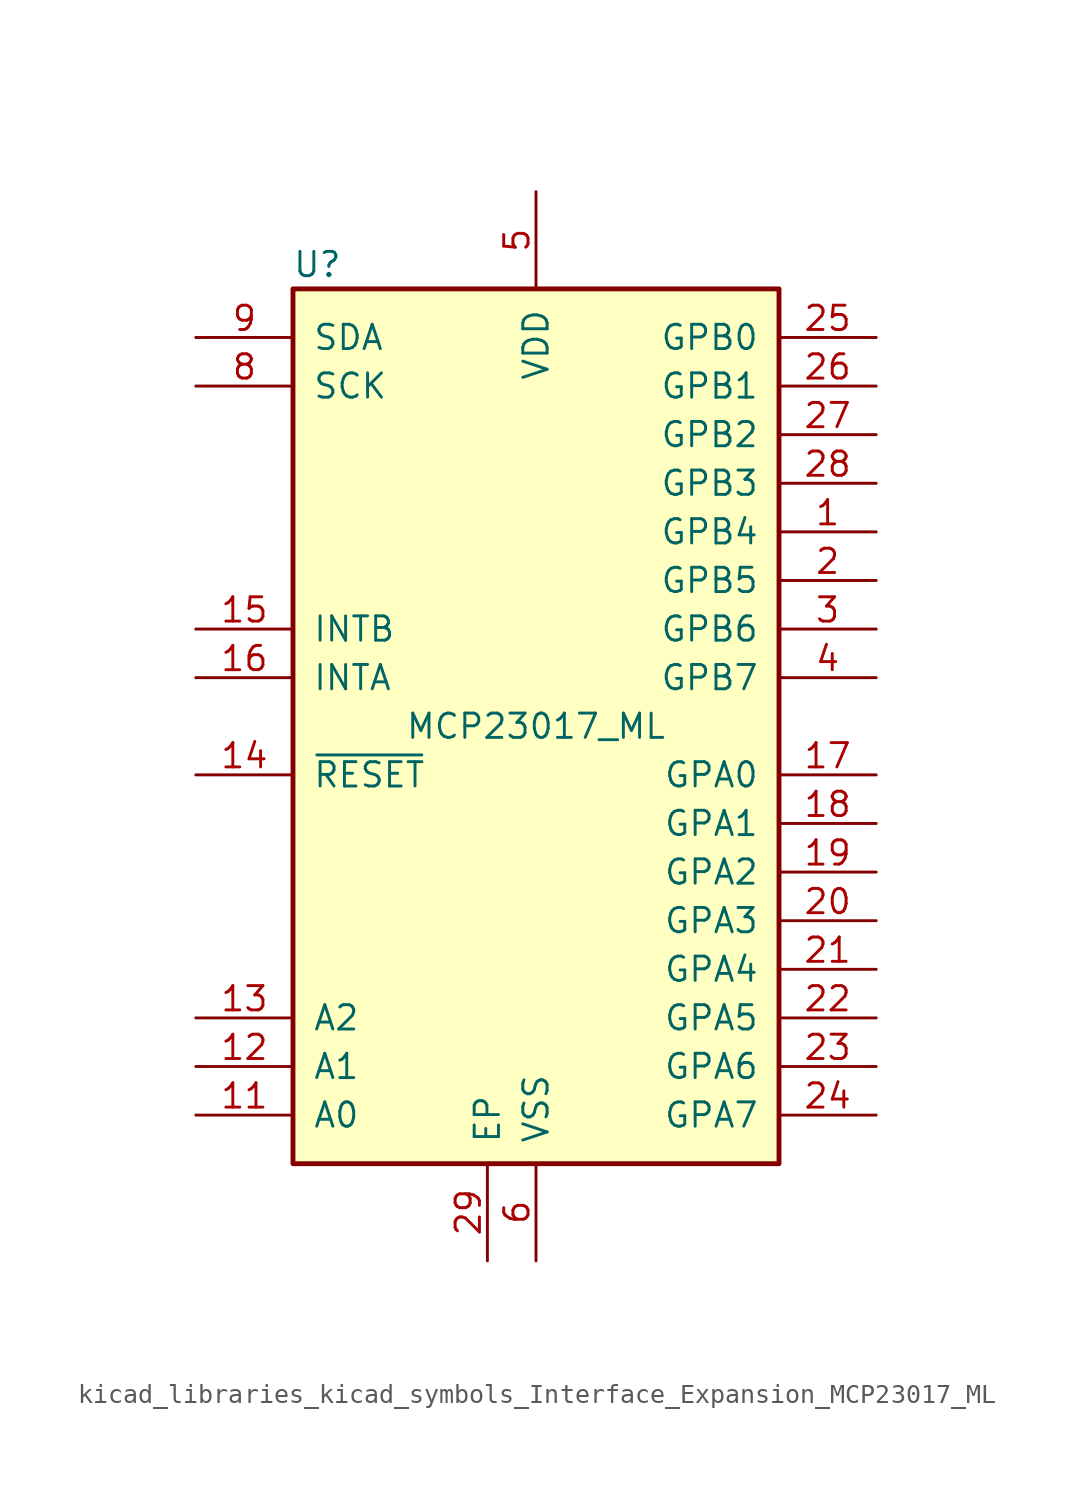
<source format=kicad_sym>
(kicad_symbol_lib
  (version 20220914)
  (generator kicad_symbol_editor)
  (symbol "kicad_libraries_kicad_symbols_Interface_Expansion_MCP23017_ML"
    (pin_names
      (offset 1.016))
    (property "Reference" "U"
      (at -11.43 24.13 0)
      (effects (font (size 1.27 1.27))))
    (property "Value" "MCP23017_ML"
      (at 0 0 0)
      (effects (font (size 1.27 1.27))))
    (symbol "kicad_libraries_kicad_symbols_Interface_Expansion_MCP23017_ML_0_1"
      (rectangle (start -12.7 22.86) (end 12.7 -22.86) (stroke (width 0.254) (type default)) (fill (type background))))
    (symbol "kicad_libraries_kicad_symbols_Interface_Expansion_MCP23017_ML_1_1"
      (pin bidirectional line (at 17.78 10.16 180) (length 5.08) (name "GPB4" (effects (font (size 1.27 1.27)))) (number "1" (effects (font (size 1.27 1.27)))))
      (pin no_connect line (at -12.7 12.7 0) (length 5.08) hide (name "NC" (effects (font (size 1.27 1.27)))) (number "10" (effects (font (size 1.27 1.27)))))
      (pin input line (at -17.78 -20.32 0) (length 5.08) (name "A0" (effects (font (size 1.27 1.27)))) (number "11" (effects (font (size 1.27 1.27)))))
      (pin input line (at -17.78 -17.78 0) (length 5.08) (name "A1" (effects (font (size 1.27 1.27)))) (number "12" (effects (font (size 1.27 1.27)))))
      (pin input line (at -17.78 -15.24 0) (length 5.08) (name "A2" (effects (font (size 1.27 1.27)))) (number "13" (effects (font (size 1.27 1.27)))))
      (pin input line (at -17.78 -2.54 0) (length 5.08) (name "~{RESET}" (effects (font (size 1.27 1.27)))) (number "14" (effects (font (size 1.27 1.27)))))
      (pin tri_state line (at -17.78 5.08 0) (length 5.08) (name "INTB" (effects (font (size 1.27 1.27)))) (number "15" (effects (font (size 1.27 1.27)))))
      (pin tri_state line (at -17.78 2.54 0) (length 5.08) (name "INTA" (effects (font (size 1.27 1.27)))) (number "16" (effects (font (size 1.27 1.27)))))
      (pin bidirectional line (at 17.78 -2.54 180) (length 5.08) (name "GPA0" (effects (font (size 1.27 1.27)))) (number "17" (effects (font (size 1.27 1.27)))))
      (pin bidirectional line (at 17.78 -5.08 180) (length 5.08) (name "GPA1" (effects (font (size 1.27 1.27)))) (number "18" (effects (font (size 1.27 1.27)))))
      (pin bidirectional line (at 17.78 -7.62 180) (length 5.08) (name "GPA2" (effects (font (size 1.27 1.27)))) (number "19" (effects (font (size 1.27 1.27)))))
      (pin bidirectional line (at 17.78 7.62 180) (length 5.08) (name "GPB5" (effects (font (size 1.27 1.27)))) (number "2" (effects (font (size 1.27 1.27)))))
      (pin bidirectional line (at 17.78 -10.16 180) (length 5.08) (name "GPA3" (effects (font (size 1.27 1.27)))) (number "20" (effects (font (size 1.27 1.27)))))
      (pin bidirectional line (at 17.78 -12.7 180) (length 5.08) (name "GPA4" (effects (font (size 1.27 1.27)))) (number "21" (effects (font (size 1.27 1.27)))))
      (pin bidirectional line (at 17.78 -15.24 180) (length 5.08) (name "GPA5" (effects (font (size 1.27 1.27)))) (number "22" (effects (font (size 1.27 1.27)))))
      (pin bidirectional line (at 17.78 -17.78 180) (length 5.08) (name "GPA6" (effects (font (size 1.27 1.27)))) (number "23" (effects (font (size 1.27 1.27)))))
      (pin bidirectional line (at 17.78 -20.32 180) (length 5.08) (name "GPA7" (effects (font (size 1.27 1.27)))) (number "24" (effects (font (size 1.27 1.27)))))
      (pin bidirectional line (at 17.78 20.32 180) (length 5.08) (name "GPB0" (effects (font (size 1.27 1.27)))) (number "25" (effects (font (size 1.27 1.27)))))
      (pin bidirectional line (at 17.78 17.78 180) (length 5.08) (name "GPB1" (effects (font (size 1.27 1.27)))) (number "26" (effects (font (size 1.27 1.27)))))
      (pin bidirectional line (at 17.78 15.24 180) (length 5.08) (name "GPB2" (effects (font (size 1.27 1.27)))) (number "27" (effects (font (size 1.27 1.27)))))
      (pin bidirectional line (at 17.78 12.7 180) (length 5.08) (name "GPB3" (effects (font (size 1.27 1.27)))) (number "28" (effects (font (size 1.27 1.27)))))
      (pin passive line (at -2.54 -27.94 90) (length 5.08) (name "EP" (effects (font (size 1.27 1.27)))) (number "29" (effects (font (size 1.27 1.27)))))
      (pin bidirectional line (at 17.78 5.08 180) (length 5.08) (name "GPB6" (effects (font (size 1.27 1.27)))) (number "3" (effects (font (size 1.27 1.27)))))
      (pin bidirectional line (at 17.78 2.54 180) (length 5.08) (name "GPB7" (effects (font (size 1.27 1.27)))) (number "4" (effects (font (size 1.27 1.27)))))
      (pin power_in line (at 0 27.94 270) (length 5.08) (name "VDD" (effects (font (size 1.27 1.27)))) (number "5" (effects (font (size 1.27 1.27)))))
      (pin power_in line (at 0 -27.94 90) (length 5.08) (name "VSS" (effects (font (size 1.27 1.27)))) (number "6" (effects (font (size 1.27 1.27)))))
      (pin no_connect line (at -12.7 15.24 0) (length 5.08) hide (name "NC" (effects (font (size 1.27 1.27)))) (number "7" (effects (font (size 1.27 1.27)))))
      (pin input line (at -17.78 17.78 0) (length 5.08) (name "SCK" (effects (font (size 1.27 1.27)))) (number "8" (effects (font (size 1.27 1.27)))))
      (pin bidirectional line (at -17.78 20.32 0) (length 5.08) (name "SDA" (effects (font (size 1.27 1.27)))) (number "9" (effects (font (size 1.27 1.27))))))))
</source>
